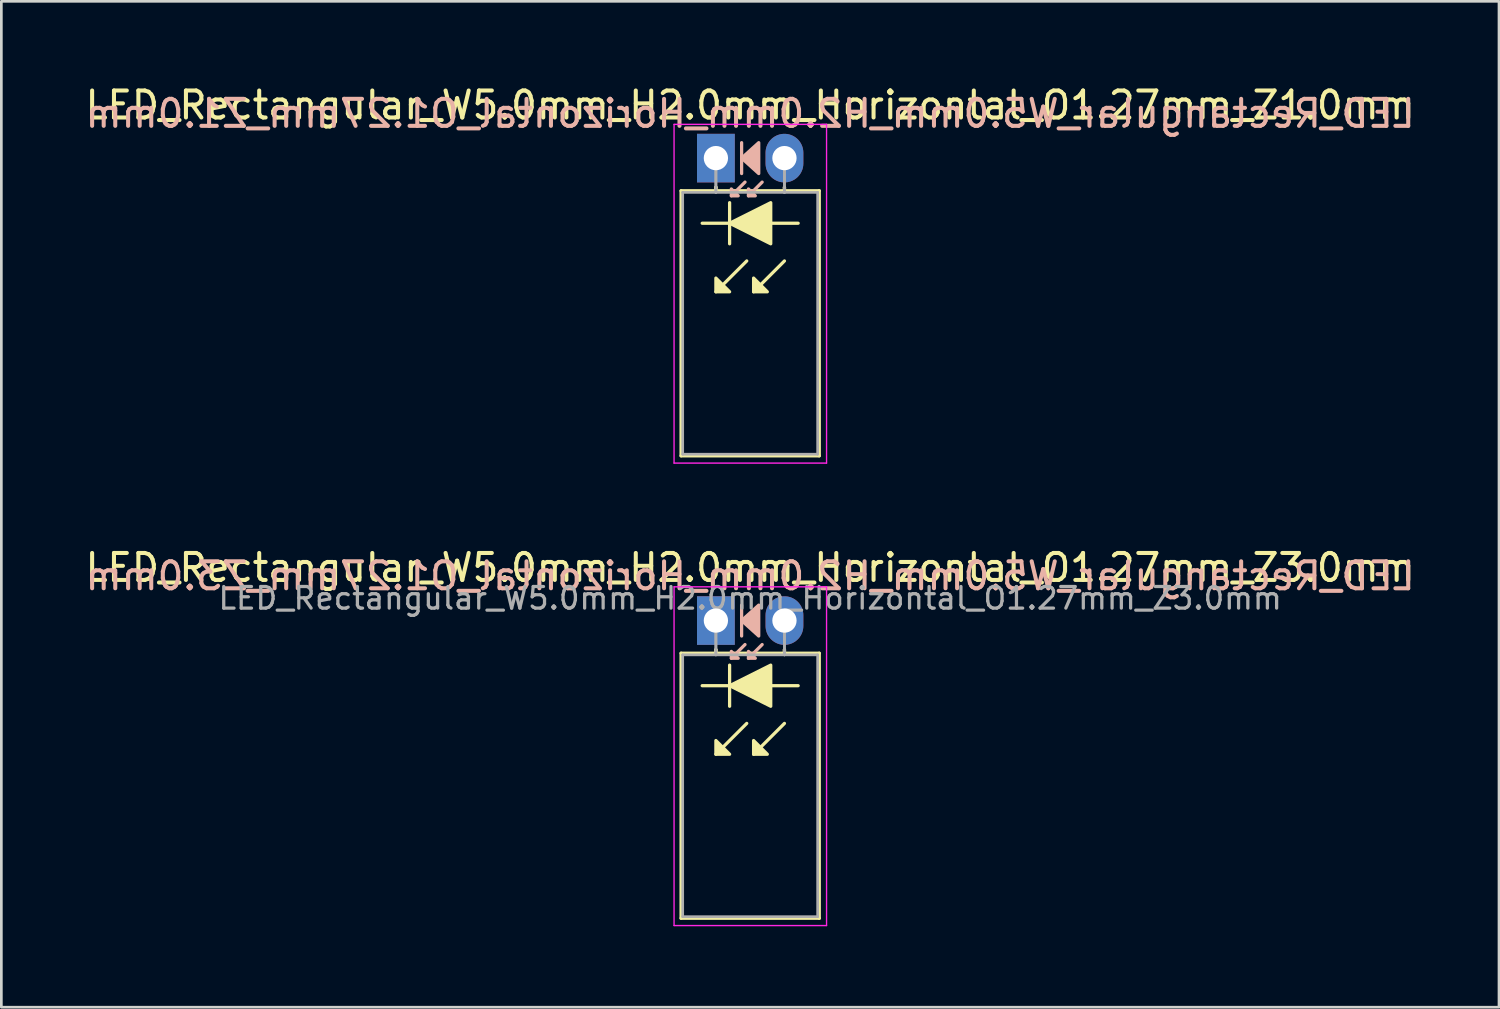
<source format=kicad_pcb>
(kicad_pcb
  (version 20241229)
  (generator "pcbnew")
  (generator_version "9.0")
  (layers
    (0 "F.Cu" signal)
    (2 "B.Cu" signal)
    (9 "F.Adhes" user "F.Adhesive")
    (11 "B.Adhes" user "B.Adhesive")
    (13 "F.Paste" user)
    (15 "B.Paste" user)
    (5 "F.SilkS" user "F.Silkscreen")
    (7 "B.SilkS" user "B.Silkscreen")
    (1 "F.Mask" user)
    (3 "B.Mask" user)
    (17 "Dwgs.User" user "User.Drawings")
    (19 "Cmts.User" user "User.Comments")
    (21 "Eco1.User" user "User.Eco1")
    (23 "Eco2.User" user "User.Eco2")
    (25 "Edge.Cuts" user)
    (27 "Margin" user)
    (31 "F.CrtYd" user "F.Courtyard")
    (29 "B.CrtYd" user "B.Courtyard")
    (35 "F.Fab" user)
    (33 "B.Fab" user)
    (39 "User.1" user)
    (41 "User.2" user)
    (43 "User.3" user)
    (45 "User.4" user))
  (footprint "LED_Rectangular_W5.0mm_H2.0mm_Horizontal_O1.27mm_Z3.0mm"
    (layer "F.Cu")
    (at 23.474 19.942)
    (property "Reference" "LED_Rectangular_W5.0mm_H2.0mm_Horizontal_O1.27mm_Z3.0mm" (at 1.27 -1.96 0) (layer "F.SilkS") (effects (font (size 1 1) (thickness 0.15))))
    (fp_line (start -1.29 1.21) (end -1.29 11.03) (stroke (width 0.12) (type solid)) (layer "F.SilkS"))
    (fp_line (start -1.29 11.03) (end 3.83 11.03) (stroke (width 0.12) (type solid)) (layer "F.SilkS"))
    (fp_line (start 0 1.08) (end 0 1.08) (stroke (width 0.12) (type solid)) (layer "F.SilkS"))
    (fp_line (start 0 1.08) (end 0 1.21) (stroke (width 0.12) (type solid)) (layer "F.SilkS"))
    (fp_line (start 0 1.21) (end 0 1.08) (stroke (width 0.12) (type solid)) (layer "F.SilkS"))
    (fp_line (start 0 1.21) (end 0 1.21) (stroke (width 0.12) (type solid)) (layer "F.SilkS"))
    (fp_line (start 0.508 1.651) (end 0.508 3.175) (stroke (width 0.12) (type solid)) (layer "F.SilkS"))
    (fp_line (start 0.508 2.413) (end -0.508 2.413) (stroke (width 0.12) (type solid)) (layer "F.SilkS"))
    (fp_line (start 1.143 3.81) (end 0 4.953) (stroke (width 0.12) (type solid)) (layer "F.SilkS"))
    (fp_line (start 2.54 1.08) (end 2.54 1.08) (stroke (width 0.12) (type solid)) (layer "F.SilkS"))
    (fp_line (start 2.54 1.08) (end 2.54 1.21) (stroke (width 0.12) (type solid)) (layer "F.SilkS"))
    (fp_line (start 2.54 1.21) (end 2.54 1.08) (stroke (width 0.12) (type solid)) (layer "F.SilkS"))
    (fp_line (start 2.54 1.21) (end 2.54 1.21) (stroke (width 0.12) (type solid)) (layer "F.SilkS"))
    (fp_line (start 2.54 3.81) (end 1.397 4.953) (stroke (width 0.12) (type solid)) (layer "F.SilkS"))
    (fp_line (start 3.048 2.413) (end 2.032 2.413) (stroke (width 0.12) (type solid)) (layer "F.SilkS"))
    (fp_line (start 3.83 1.21) (end -1.29 1.21) (stroke (width 0.12) (type solid)) (layer "F.SilkS"))
    (fp_line (start 3.83 11.03) (end 3.83 1.21) (stroke (width 0.12) (type solid)) (layer "F.SilkS"))
    (fp_poly (pts (xy 0 4.445) (xy 0.508 4.953) (xy 0 4.953)) (stroke (width 0.12) (type solid)) (fill yes) (layer "F.SilkS"))
    (fp_poly (pts (xy 1.397 4.445) (xy 1.905 4.953) (xy 1.397 4.953)) (stroke (width 0.12) (type solid)) (fill yes) (layer "F.SilkS"))
    (fp_poly (pts (xy 2.032 3.175) (xy 0.508 2.413) (xy 2.032 1.651)) (stroke (width 0.12) (type solid)) (fill yes) (layer "F.SilkS"))
    (fp_line (start 0.953 -0.572) (end 0.953 0.572) (stroke (width 0.12) (type solid)) (layer "B.SilkS"))
    (fp_line (start 1.079 0.889) (end 0.572 1.397) (stroke (width 0.12) (type solid)) (layer "B.SilkS"))
    (fp_line (start 1.714 0.889) (end 1.206 1.397) (stroke (width 0.12) (type solid)) (layer "B.SilkS"))
    (fp_poly (pts (xy 0.572 1.143) (xy 0.826 1.397) (xy 0.572 1.397)) (stroke (width 0.12) (type solid)) (fill yes) (layer "B.SilkS"))
    (fp_poly (pts (xy 1.206 1.143) (xy 1.46 1.397) (xy 1.206 1.397)) (stroke (width 0.12) (type solid)) (fill yes) (layer "B.SilkS"))
    (fp_poly (pts (xy 1.587 0.572) (xy 0.953 0) (xy 1.587 -0.572)) (stroke (width 0.12) (type solid)) (fill yes) (layer "B.SilkS"))
    (fp_line (start -1.55 -1.25) (end -1.55 11.3) (stroke (width 0.05) (type solid)) (layer "F.CrtYd"))
    (fp_line (start -1.55 11.3) (end 4.1 11.3) (stroke (width 0.05) (type solid)) (layer "F.CrtYd"))
    (fp_line (start 4.1 -1.25) (end -1.55 -1.25) (stroke (width 0.05) (type solid)) (layer "F.CrtYd"))
    (fp_line (start 4.1 11.3) (end 4.1 -1.25) (stroke (width 0.05) (type solid)) (layer "F.CrtYd"))
    (fp_line (start -1.23 1.27) (end -1.23 10.97) (stroke (width 0.1) (type solid)) (layer "F.Fab"))
    (fp_line (start -1.23 10.97) (end 3.77 10.97) (stroke (width 0.1) (type solid)) (layer "F.Fab"))
    (fp_line (start 0 0) (end 0 0) (stroke (width 0.1) (type solid)) (layer "F.Fab"))
    (fp_line (start 0 0) (end 0 1.27) (stroke (width 0.1) (type solid)) (layer "F.Fab"))
    (fp_line (start 0 1.27) (end 0 0) (stroke (width 0.1) (type solid)) (layer "F.Fab"))
    (fp_line (start 0 1.27) (end 0 1.27) (stroke (width 0.1) (type solid)) (layer "F.Fab"))
    (fp_line (start 2.54 0) (end 2.54 0) (stroke (width 0.1) (type solid)) (layer "F.Fab"))
    (fp_line (start 2.54 0) (end 2.54 1.27) (stroke (width 0.1) (type solid)) (layer "F.Fab"))
    (fp_line (start 2.54 1.27) (end 2.54 0) (stroke (width 0.1) (type solid)) (layer "F.Fab"))
    (fp_line (start 2.54 1.27) (end 2.54 1.27) (stroke (width 0.1) (type solid)) (layer "F.Fab"))
    (fp_line (start 3.77 1.27) (end -1.23 1.27) (stroke (width 0.1) (type solid)) (layer "F.Fab"))
    (fp_line (start 3.77 10.97) (end 3.77 1.27) (stroke (width 0.1) (type solid)) (layer "F.Fab"))
    (fp_text user "${REFERENCE}" (at 1.27 -1.651 0) (layer "B.SilkS") (effects (font (size 1 1) (thickness 0.15)) (justify mirror)))
    (fp_text user "${REFERENCE}" (at 1.27 -0.826 0) (layer "F.Fab") (effects (font (size 0.8 0.8) (thickness 0.12))))
    (pad "1" thru_hole rect (at 0 0) (size 1.4 1.8) (drill 0.9) (layers "*.Cu" "*.Mask"))
    (pad "2" thru_hole oval (at 2.54 0) (size 1.4 1.8) (drill 0.9) (layers "*.Cu" "*.Mask")))
  (footprint "LED_Rectangular_W5.0mm_H2.0mm_Horizontal_O1.27mm_Z1.0mm"
    (layer "F.Cu")
    (at 23.474 2.808)
    (property "Reference" "LED_Rectangular_W5.0mm_H2.0mm_Horizontal_O1.27mm_Z1.0mm" (at 1.27 -1.96 0) (layer "F.SilkS") (effects (font (size 1 1) (thickness 0.15))))
    (fp_line (start -1.29 1.21) (end -1.29 11.03) (stroke (width 0.12) (type solid)) (layer "F.SilkS"))
    (fp_line (start -1.29 11.03) (end 3.83 11.03) (stroke (width 0.12) (type solid)) (layer "F.SilkS"))
    (fp_line (start 0 1.08) (end 0 1.08) (stroke (width 0.12) (type solid)) (layer "F.SilkS"))
    (fp_line (start 0 1.08) (end 0 1.21) (stroke (width 0.12) (type solid)) (layer "F.SilkS"))
    (fp_line (start 0 1.21) (end 0 1.08) (stroke (width 0.12) (type solid)) (layer "F.SilkS"))
    (fp_line (start 0 1.21) (end 0 1.21) (stroke (width 0.12) (type solid)) (layer "F.SilkS"))
    (fp_line (start 0.508 1.651) (end 0.508 3.175) (stroke (width 0.12) (type solid)) (layer "F.SilkS"))
    (fp_line (start 0.508 2.413) (end -0.508 2.413) (stroke (width 0.12) (type solid)) (layer "F.SilkS"))
    (fp_line (start 1.143 3.81) (end 0 4.953) (stroke (width 0.12) (type solid)) (layer "F.SilkS"))
    (fp_line (start 2.54 1.08) (end 2.54 1.08) (stroke (width 0.12) (type solid)) (layer "F.SilkS"))
    (fp_line (start 2.54 1.08) (end 2.54 1.21) (stroke (width 0.12) (type solid)) (layer "F.SilkS"))
    (fp_line (start 2.54 1.21) (end 2.54 1.08) (stroke (width 0.12) (type solid)) (layer "F.SilkS"))
    (fp_line (start 2.54 1.21) (end 2.54 1.21) (stroke (width 0.12) (type solid)) (layer "F.SilkS"))
    (fp_line (start 2.54 3.81) (end 1.397 4.953) (stroke (width 0.12) (type solid)) (layer "F.SilkS"))
    (fp_line (start 3.048 2.413) (end 2.032 2.413) (stroke (width 0.12) (type solid)) (layer "F.SilkS"))
    (fp_line (start 3.83 1.21) (end -1.29 1.21) (stroke (width 0.12) (type solid)) (layer "F.SilkS"))
    (fp_line (start 3.83 11.03) (end 3.83 1.21) (stroke (width 0.12) (type solid)) (layer "F.SilkS"))
    (fp_poly (pts (xy 0 4.445) (xy 0.508 4.953) (xy 0 4.953)) (stroke (width 0.12) (type solid)) (fill yes) (layer "F.SilkS"))
    (fp_poly (pts (xy 1.397 4.445) (xy 1.905 4.953) (xy 1.397 4.953)) (stroke (width 0.12) (type solid)) (fill yes) (layer "F.SilkS"))
    (fp_poly (pts (xy 2.032 3.175) (xy 0.508 2.413) (xy 2.032 1.651)) (stroke (width 0.12) (type solid)) (fill yes) (layer "F.SilkS"))
    (fp_line (start 0.953 -0.572) (end 0.953 0.572) (stroke (width 0.12) (type solid)) (layer "B.SilkS"))
    (fp_line (start 1.079 0.889) (end 0.572 1.397) (stroke (width 0.12) (type solid)) (layer "B.SilkS"))
    (fp_line (start 1.714 0.889) (end 1.206 1.397) (stroke (width 0.12) (type solid)) (layer "B.SilkS"))
    (fp_poly (pts (xy 0.572 1.143) (xy 0.826 1.397) (xy 0.572 1.397)) (stroke (width 0.12) (type solid)) (fill yes) (layer "B.SilkS"))
    (fp_poly (pts (xy 1.206 1.143) (xy 1.46 1.397) (xy 1.206 1.397)) (stroke (width 0.12) (type solid)) (fill yes) (layer "B.SilkS"))
    (fp_poly (pts (xy 1.587 0.572) (xy 0.953 0) (xy 1.587 -0.572)) (stroke (width 0.12) (type solid)) (fill yes) (layer "B.SilkS"))
    (fp_line (start -1.55 -1.25) (end -1.55 11.3) (stroke (width 0.05) (type solid)) (layer "F.CrtYd"))
    (fp_line (start -1.55 11.3) (end 4.1 11.3) (stroke (width 0.05) (type solid)) (layer "F.CrtYd"))
    (fp_line (start 4.1 -1.25) (end -1.55 -1.25) (stroke (width 0.05) (type solid)) (layer "F.CrtYd"))
    (fp_line (start 4.1 11.3) (end 4.1 -1.25) (stroke (width 0.05) (type solid)) (layer "F.CrtYd"))
    (fp_line (start -1.23 1.27) (end -1.23 10.97) (stroke (width 0.1) (type solid)) (layer "F.Fab"))
    (fp_line (start -1.23 10.97) (end 3.77 10.97) (stroke (width 0.1) (type solid)) (layer "F.Fab"))
    (fp_line (start 0 0) (end 0 0) (stroke (width 0.1) (type solid)) (layer "F.Fab"))
    (fp_line (start 0 0) (end 0 1.27) (stroke (width 0.1) (type solid)) (layer "F.Fab"))
    (fp_line (start 0 1.27) (end 0 0) (stroke (width 0.1) (type solid)) (layer "F.Fab"))
    (fp_line (start 0 1.27) (end 0 1.27) (stroke (width 0.1) (type solid)) (layer "F.Fab"))
    (fp_line (start 2.54 0) (end 2.54 0) (stroke (width 0.1) (type solid)) (layer "F.Fab"))
    (fp_line (start 2.54 0) (end 2.54 1.27) (stroke (width 0.1) (type solid)) (layer "F.Fab"))
    (fp_line (start 2.54 1.27) (end 2.54 0) (stroke (width 0.1) (type solid)) (layer "F.Fab"))
    (fp_line (start 2.54 1.27) (end 2.54 1.27) (stroke (width 0.1) (type solid)) (layer "F.Fab"))
    (fp_line (start 3.77 1.27) (end -1.23 1.27) (stroke (width 0.1) (type solid)) (layer "F.Fab"))
    (fp_line (start 3.77 10.97) (end 3.77 1.27) (stroke (width 0.1) (type solid)) (layer "F.Fab"))
    (fp_text user "${REFERENCE}" (at 1.27 -1.651 0) (layer "B.SilkS") (effects (font (size 1 1) (thickness 0.15)) (justify mirror)))
    (pad "1" thru_hole rect (at 0 0) (size 1.4 1.8) (drill 0.9) (layers "*.Cu" "*.Mask"))
    (pad "2" thru_hole oval (at 2.54 0) (size 1.4 1.8) (drill 0.9) (layers "*.Cu" "*.Mask")))
  (gr_rect
    (start -3 -3)
    (end 52.488 34.267)
    (stroke (width 0.1) (type default))
    (fill no)
    (layer "Edge.Cuts")))
</source>
